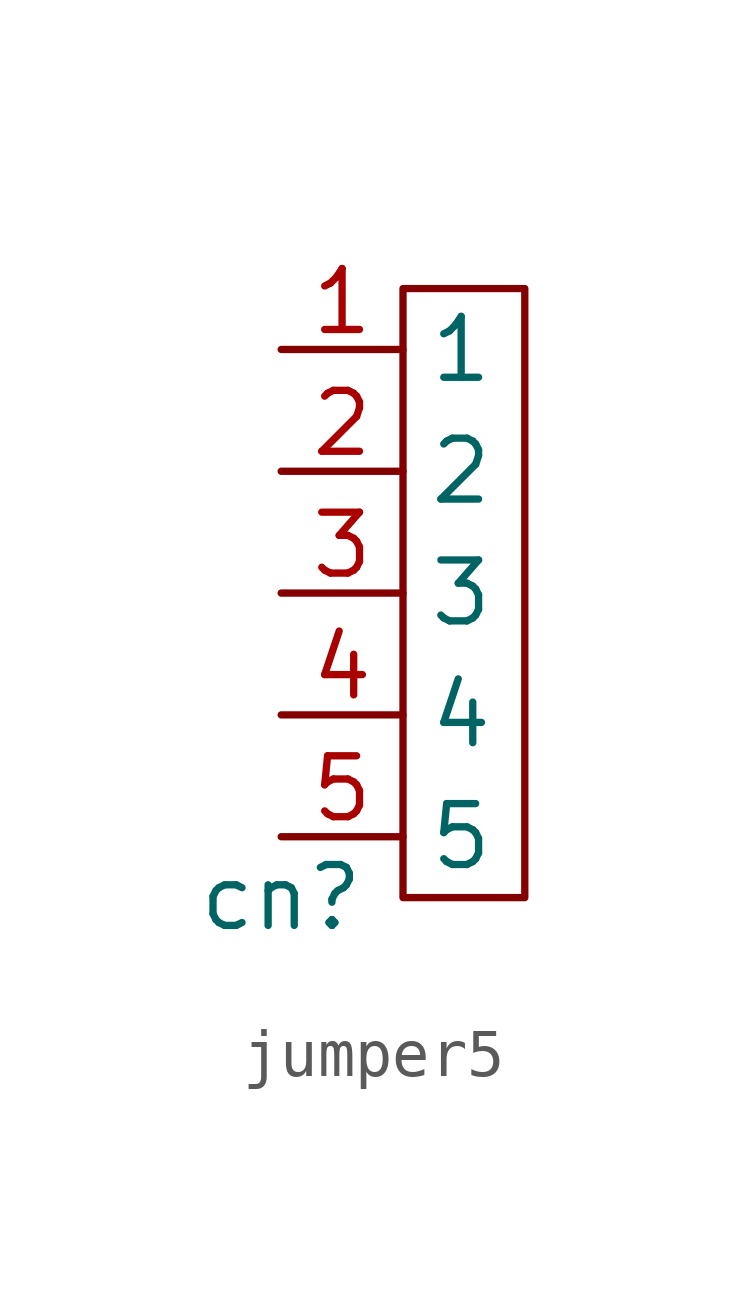
<source format=kicad_sym>
(kicad_symbol_lib
  (version 20211014)
  (generator kicad_symbol_editor)
  (symbol "jumper5"
    (property "Reference" "cn"
      (at 0 -2.54 0)
      (effects (font (size 1.27 1.27))))
    (symbol "jumper5_0_1"
      (rectangle (start 2.54 10.16) (end 5.08 -2.54) (stroke (width 0) (type default) (color 0 0 0 0)) (fill (type none))))
    (symbol "jumper5_1_1"
      (pin passive line (at 0 8.89 0) (length 2.54) (name "1" (effects (font (size 1.27 1.27)))) (number "1" (effects (font (size 1.27 1.27)))))
      (pin passive line (at 0 6.35 0) (length 2.54) (name "2" (effects (font (size 1.27 1.27)))) (number "2" (effects (font (size 1.27 1.27)))))
      (pin passive line (at 0 3.81 0) (length 2.54) (name "3" (effects (font (size 1.27 1.27)))) (number "3" (effects (font (size 1.27 1.27)))))
      (pin passive line (at 0 1.27 0) (length 2.54) (name "4" (effects (font (size 1.27 1.27)))) (number "4" (effects (font (size 1.27 1.27)))))
      (pin passive line (at 0 -1.27 0) (length 2.54) (name "5" (effects (font (size 1.27 1.27)))) (number "5" (effects (font (size 1.27 1.27))))))))
</source>
